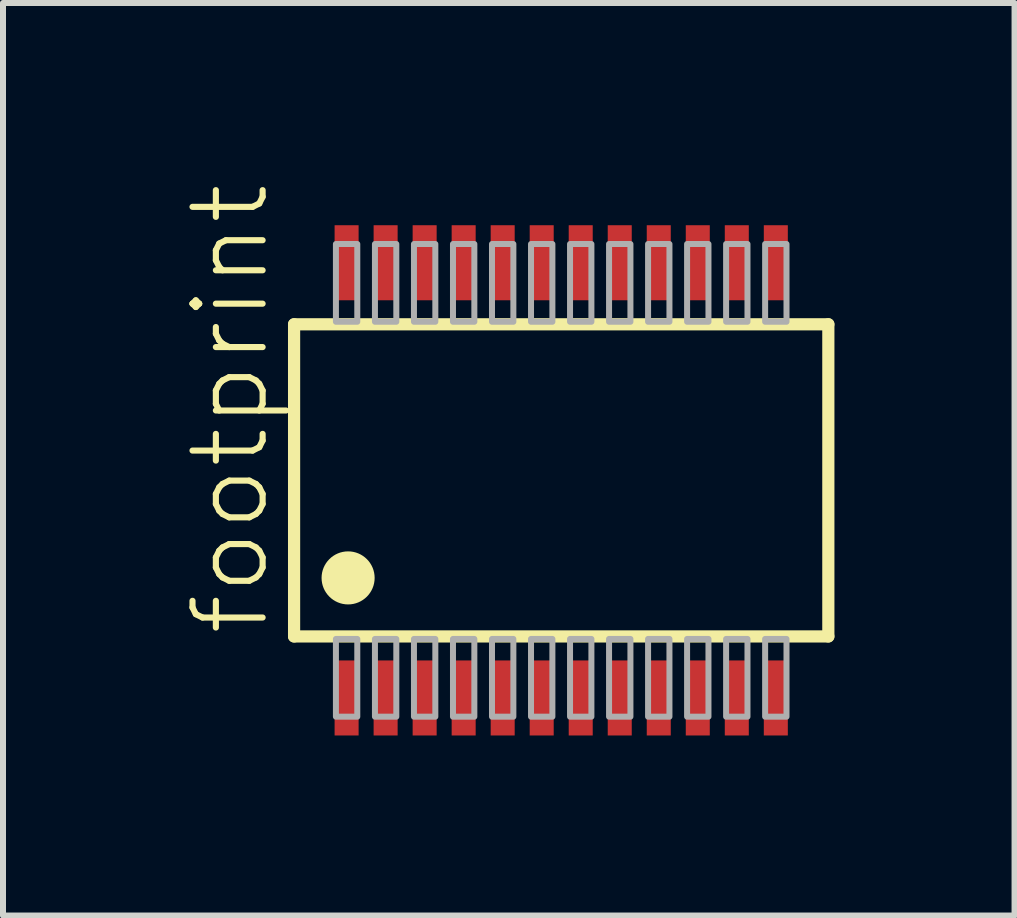
<source format=kicad_pcb>
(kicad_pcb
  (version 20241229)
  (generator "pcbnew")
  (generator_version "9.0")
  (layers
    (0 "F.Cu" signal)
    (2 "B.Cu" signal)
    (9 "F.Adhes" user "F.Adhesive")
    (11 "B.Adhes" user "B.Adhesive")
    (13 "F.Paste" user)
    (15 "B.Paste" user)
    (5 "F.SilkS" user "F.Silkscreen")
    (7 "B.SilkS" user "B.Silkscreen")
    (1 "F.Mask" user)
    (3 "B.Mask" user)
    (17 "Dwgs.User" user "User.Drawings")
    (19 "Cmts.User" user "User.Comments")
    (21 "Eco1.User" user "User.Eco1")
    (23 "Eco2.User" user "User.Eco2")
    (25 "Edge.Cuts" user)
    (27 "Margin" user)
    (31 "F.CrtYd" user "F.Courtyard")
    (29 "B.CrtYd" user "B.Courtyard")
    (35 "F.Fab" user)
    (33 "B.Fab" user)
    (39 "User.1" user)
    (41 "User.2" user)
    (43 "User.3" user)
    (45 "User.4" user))
  (footprint "footprint"
    (layer "F.Cu")
    (at 6.299 4.952)
    (property "Reference" "footprint" (at -4.826 2.63 90) (layer "F.SilkS") (effects (font (size 1.168 1.168) (thickness 0.102)) (justify left bottom)))
    (fp_line (start -4.45 -2.6) (end -4.45 2.6) (stroke (width 0.203) (type solid)) (layer "F.SilkS"))
    (fp_line (start -4.45 2.6) (end 4.45 2.6) (stroke (width 0.203) (type solid)) (layer "F.SilkS"))
    (fp_line (start 4.45 -2.6) (end -4.45 -2.6) (stroke (width 0.203) (type solid)) (layer "F.SilkS"))
    (fp_line (start 4.45 2.6) (end 4.45 -2.6) (stroke (width 0.203) (type solid)) (layer "F.SilkS"))
    (fp_circle (center -3.55 1.625) (end -3.329 1.625) (stroke (width 0.442) (type solid)) (fill yes) (layer "F.SilkS"))
    (fp_poly (pts (xy -3.753 -2.642) (xy -3.397 -2.642) (xy -3.397 -3.937) (xy -3.753 -3.937)) (stroke (width 0.1) (type solid)) (fill no) (layer "F.Fab"))
    (fp_poly (pts (xy -3.753 3.937) (xy -3.397 3.937) (xy -3.397 2.642) (xy -3.753 2.642)) (stroke (width 0.1) (type solid)) (fill no) (layer "F.Fab"))
    (fp_poly (pts (xy -3.103 -2.642) (xy -2.747 -2.642) (xy -2.747 -3.937) (xy -3.103 -3.937)) (stroke (width 0.1) (type solid)) (fill no) (layer "F.Fab"))
    (fp_poly (pts (xy -3.103 3.937) (xy -2.747 3.937) (xy -2.747 2.642) (xy -3.103 2.642)) (stroke (width 0.1) (type solid)) (fill no) (layer "F.Fab"))
    (fp_poly (pts (xy -2.453 -2.642) (xy -2.097 -2.642) (xy -2.097 -3.937) (xy -2.453 -3.937)) (stroke (width 0.1) (type solid)) (fill no) (layer "F.Fab"))
    (fp_poly (pts (xy -2.453 3.937) (xy -2.097 3.937) (xy -2.097 2.642) (xy -2.453 2.642)) (stroke (width 0.1) (type solid)) (fill no) (layer "F.Fab"))
    (fp_poly (pts (xy -1.803 -2.642) (xy -1.447 -2.642) (xy -1.447 -3.937) (xy -1.803 -3.937)) (stroke (width 0.1) (type solid)) (fill no) (layer "F.Fab"))
    (fp_poly (pts (xy -1.803 3.937) (xy -1.447 3.937) (xy -1.447 2.642) (xy -1.803 2.642)) (stroke (width 0.1) (type solid)) (fill no) (layer "F.Fab"))
    (fp_poly (pts (xy -1.153 -2.642) (xy -0.797 -2.642) (xy -0.797 -3.937) (xy -1.153 -3.937)) (stroke (width 0.1) (type solid)) (fill no) (layer "F.Fab"))
    (fp_poly (pts (xy -1.153 3.937) (xy -0.797 3.937) (xy -0.797 2.642) (xy -1.153 2.642)) (stroke (width 0.1) (type solid)) (fill no) (layer "F.Fab"))
    (fp_poly (pts (xy -0.503 -2.642) (xy -0.147 -2.642) (xy -0.147 -3.937) (xy -0.503 -3.937)) (stroke (width 0.1) (type solid)) (fill no) (layer "F.Fab"))
    (fp_poly (pts (xy -0.503 3.937) (xy -0.147 3.937) (xy -0.147 2.642) (xy -0.503 2.642)) (stroke (width 0.1) (type solid)) (fill no) (layer "F.Fab"))
    (fp_poly (pts (xy 0.147 -2.642) (xy 0.503 -2.642) (xy 0.503 -3.937) (xy 0.147 -3.937)) (stroke (width 0.1) (type solid)) (fill no) (layer "F.Fab"))
    (fp_poly (pts (xy 0.147 3.937) (xy 0.503 3.937) (xy 0.503 2.642) (xy 0.147 2.642)) (stroke (width 0.1) (type solid)) (fill no) (layer "F.Fab"))
    (fp_poly (pts (xy 0.797 -2.642) (xy 1.153 -2.642) (xy 1.153 -3.937) (xy 0.797 -3.937)) (stroke (width 0.1) (type solid)) (fill no) (layer "F.Fab"))
    (fp_poly (pts (xy 0.797 3.937) (xy 1.153 3.937) (xy 1.153 2.642) (xy 0.797 2.642)) (stroke (width 0.1) (type solid)) (fill no) (layer "F.Fab"))
    (fp_poly (pts (xy 1.447 -2.642) (xy 1.803 -2.642) (xy 1.803 -3.937) (xy 1.447 -3.937)) (stroke (width 0.1) (type solid)) (fill no) (layer "F.Fab"))
    (fp_poly (pts (xy 1.447 3.937) (xy 1.803 3.937) (xy 1.803 2.642) (xy 1.447 2.642)) (stroke (width 0.1) (type solid)) (fill no) (layer "F.Fab"))
    (fp_poly (pts (xy 2.097 -2.642) (xy 2.453 -2.642) (xy 2.453 -3.937) (xy 2.097 -3.937)) (stroke (width 0.1) (type solid)) (fill no) (layer "F.Fab"))
    (fp_poly (pts (xy 2.097 3.937) (xy 2.453 3.937) (xy 2.453 2.642) (xy 2.097 2.642)) (stroke (width 0.1) (type solid)) (fill no) (layer "F.Fab"))
    (fp_poly (pts (xy 2.747 -2.642) (xy 3.103 -2.642) (xy 3.103 -3.937) (xy 2.747 -3.937)) (stroke (width 0.1) (type solid)) (fill no) (layer "F.Fab"))
    (fp_poly (pts (xy 2.747 3.937) (xy 3.103 3.937) (xy 3.103 2.642) (xy 2.747 2.642)) (stroke (width 0.1) (type solid)) (fill no) (layer "F.Fab"))
    (fp_poly (pts (xy 3.397 -2.642) (xy 3.753 -2.642) (xy 3.753 -3.937) (xy 3.397 -3.937)) (stroke (width 0.1) (type solid)) (fill no) (layer "F.Fab"))
    (fp_poly (pts (xy 3.397 3.937) (xy 3.753 3.937) (xy 3.753 2.642) (xy 3.397 2.642)) (stroke (width 0.1) (type solid)) (fill no) (layer "F.Fab"))
    (pad "1" smd rect (at -3.575 3.625) (size 0.4 1.25) (layers "F.Cu" "F.Mask" "F.Paste"))
    (pad "2" smd rect (at -2.925 3.625) (size 0.4 1.25) (layers "F.Cu" "F.Mask" "F.Paste"))
    (pad "3" smd rect (at -2.275 3.625) (size 0.4 1.25) (layers "F.Cu" "F.Mask" "F.Paste"))
    (pad "4" smd rect (at -1.625 3.625) (size 0.4 1.25) (layers "F.Cu" "F.Mask" "F.Paste"))
    (pad "5" smd rect (at -0.975 3.625) (size 0.4 1.25) (layers "F.Cu" "F.Mask" "F.Paste"))
    (pad "6" smd rect (at -0.325 3.625) (size 0.4 1.25) (layers "F.Cu" "F.Mask" "F.Paste"))
    (pad "7" smd rect (at 0.325 3.625) (size 0.4 1.25) (layers "F.Cu" "F.Mask" "F.Paste"))
    (pad "8" smd rect (at 0.975 3.625) (size 0.4 1.25) (layers "F.Cu" "F.Mask" "F.Paste"))
    (pad "9" smd rect (at 1.625 3.625) (size 0.4 1.25) (layers "F.Cu" "F.Mask" "F.Paste"))
    (pad "10" smd rect (at 2.275 3.625) (size 0.4 1.25) (layers "F.Cu" "F.Mask" "F.Paste"))
    (pad "11" smd rect (at 2.925 3.625) (size 0.4 1.25) (layers "F.Cu" "F.Mask" "F.Paste"))
    (pad "12" smd rect (at 3.575 3.625) (size 0.4 1.25) (layers "F.Cu" "F.Mask" "F.Paste"))
    (pad "13" smd rect (at 3.575 -3.625) (size 0.4 1.25) (layers "F.Cu" "F.Mask" "F.Paste"))
    (pad "14" smd rect (at 2.925 -3.625) (size 0.4 1.25) (layers "F.Cu" "F.Mask" "F.Paste"))
    (pad "15" smd rect (at 2.275 -3.625) (size 0.4 1.25) (layers "F.Cu" "F.Mask" "F.Paste"))
    (pad "16" smd rect (at 1.625 -3.625) (size 0.4 1.25) (layers "F.Cu" "F.Mask" "F.Paste"))
    (pad "17" smd rect (at 0.975 -3.625) (size 0.4 1.25) (layers "F.Cu" "F.Mask" "F.Paste"))
    (pad "18" smd rect (at 0.325 -3.625) (size 0.4 1.25) (layers "F.Cu" "F.Mask" "F.Paste"))
    (pad "19" smd rect (at -0.325 -3.625) (size 0.4 1.25) (layers "F.Cu" "F.Mask" "F.Paste"))
    (pad "20" smd rect (at -0.975 -3.625) (size 0.4 1.25) (layers "F.Cu" "F.Mask" "F.Paste"))
    (pad "21" smd rect (at -1.625 -3.625) (size 0.4 1.25) (layers "F.Cu" "F.Mask" "F.Paste"))
    (pad "22" smd rect (at -2.275 -3.625) (size 0.4 1.25) (layers "F.Cu" "F.Mask" "F.Paste"))
    (pad "23" smd rect (at -2.925 -3.625) (size 0.4 1.25) (layers "F.Cu" "F.Mask" "F.Paste"))
    (pad "24" smd rect (at -3.575 -3.625) (size 0.4 1.25) (layers "F.Cu" "F.Mask" "F.Paste")))
  (gr_rect
    (start -3 -3)
    (end 13.851 12.202)
    (stroke (width 0.1) (type default))
    (fill no)
    (layer "Edge.Cuts")))
</source>
